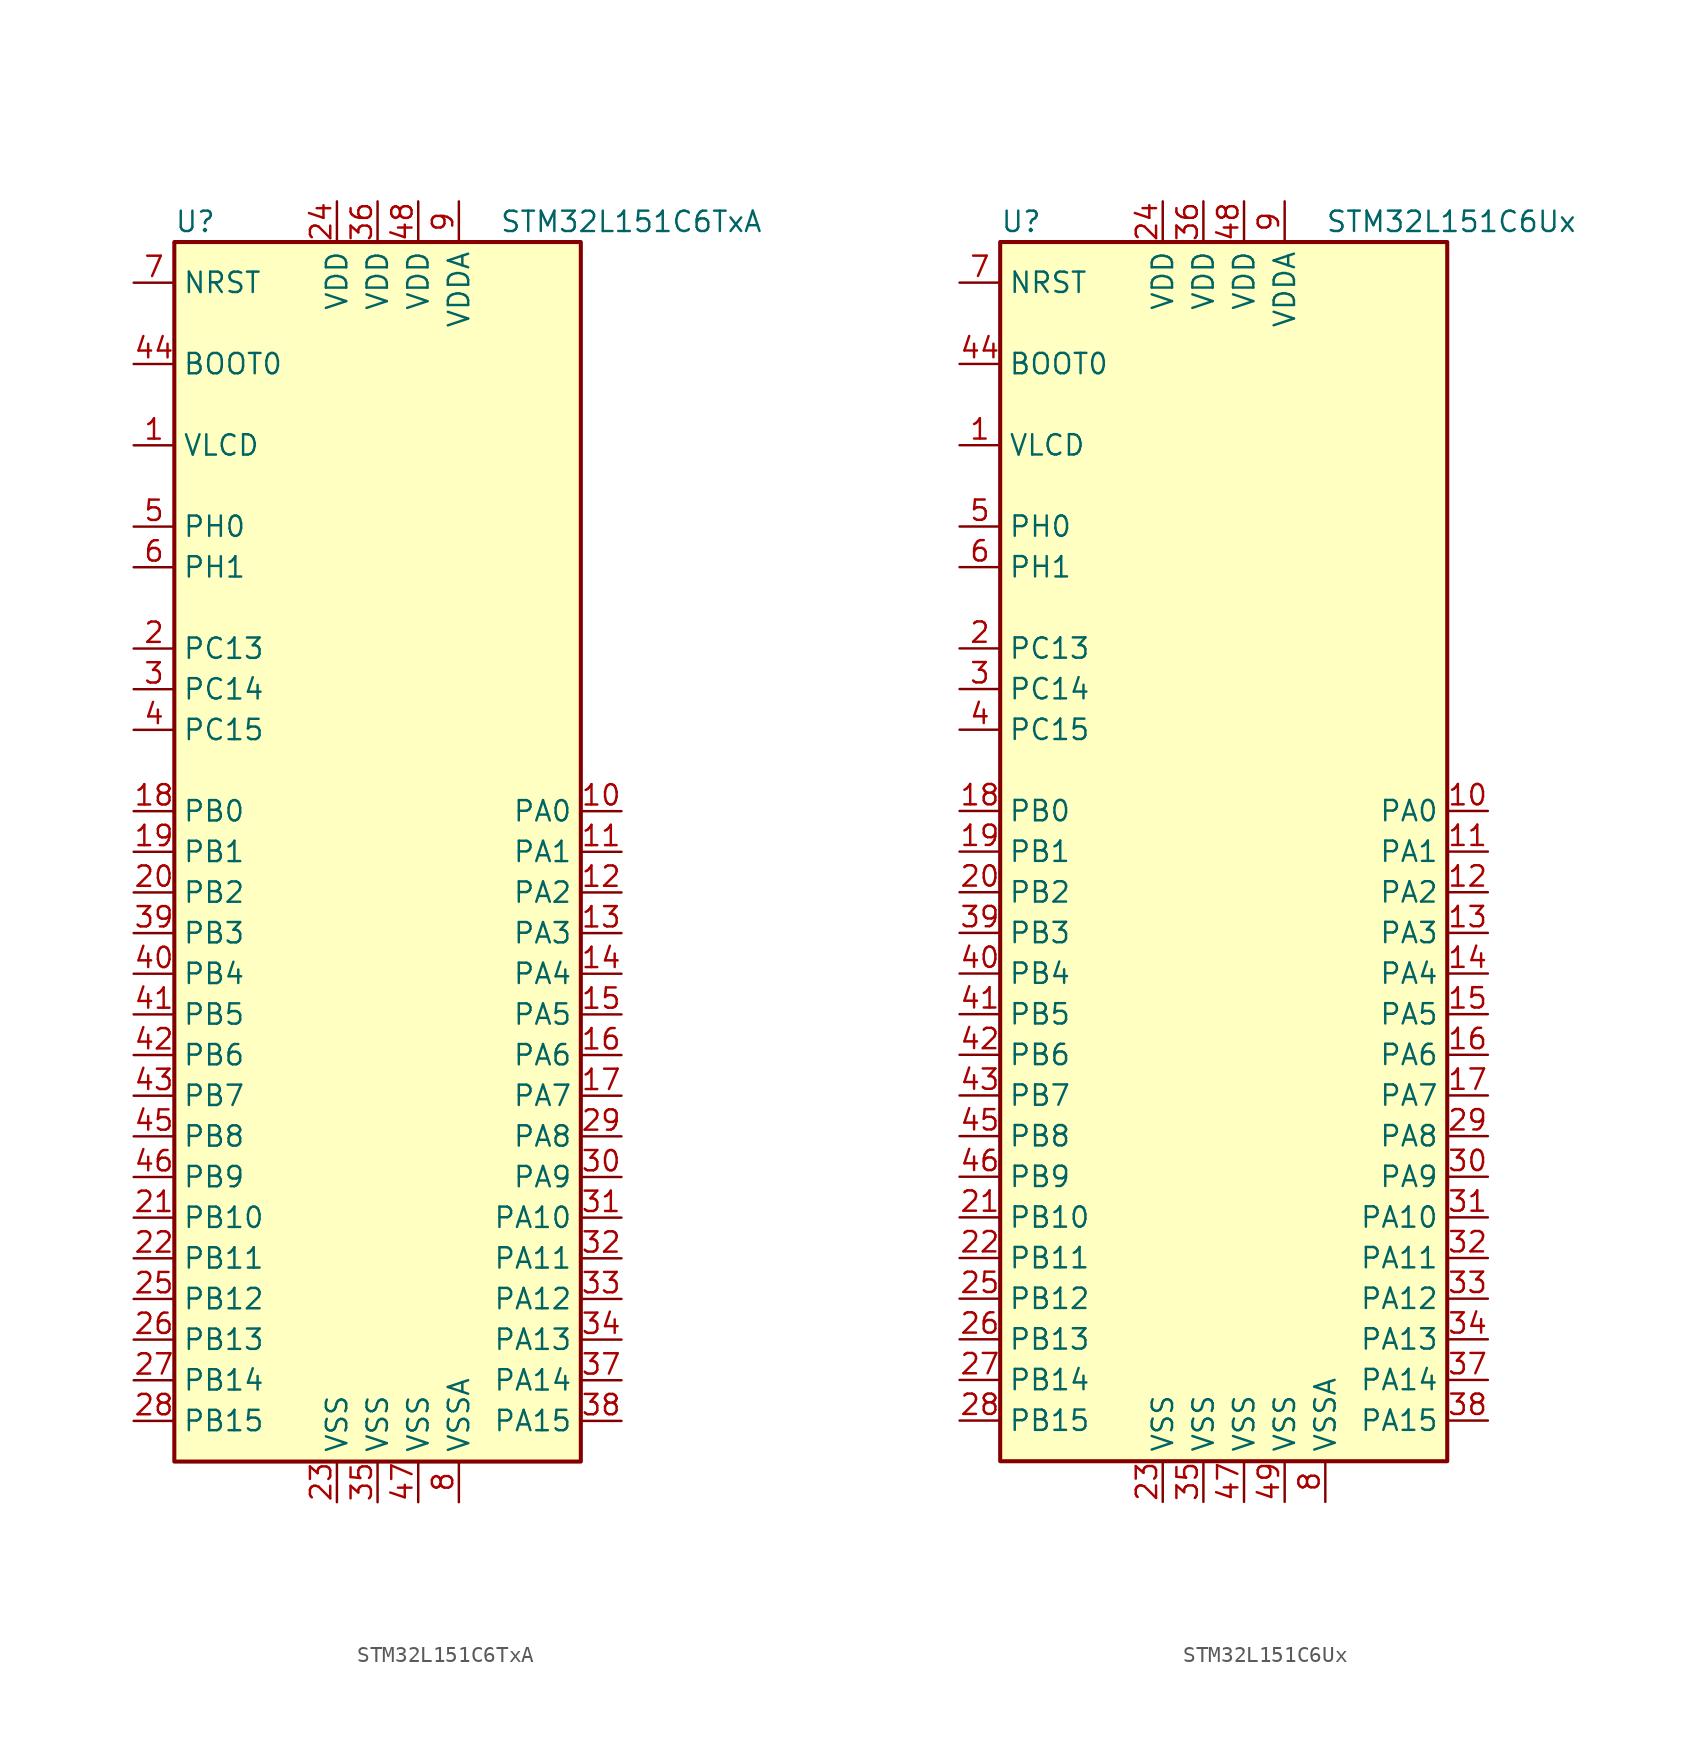
<source format=kicad_sym>
(kicad_symbol_lib
  (version 20201005)
  (generator kicad_symbol_editor)
  (symbol "STM32L151C6TxA"
    (property "Reference" "U"
      (at -12.7 39.37 0)
      (effects (font (size 1.27 1.27)) (justify left)))
    (property "Value" "STM32L151C6TxA"
      (at 7.62 39.37 0)
      (effects (font (size 1.27 1.27)) (justify left)))
    (symbol "STM32L151C6TxA_0_1"
      (rectangle (start -12.7 -38.1) (end 12.7 38.1) (stroke (width 0.254)) (fill (type background))))
    (symbol "STM32L151C6TxA_1_1"
      (pin power_in line (at -15.24 25.4 0) (length 2.54) (name "VLCD" (effects (font (size 1.27 1.27)))) (number "1" (effects (font (size 1.27 1.27)))))
      (pin bidirectional line (at 15.24 2.54 180) (length 2.54) (name "PA0" (effects (font (size 1.27 1.27)))) (number "10" (effects (font (size 1.27 1.27)))))
      (pin bidirectional line (at 15.24 0 180) (length 2.54) (name "PA1" (effects (font (size 1.27 1.27)))) (number "11" (effects (font (size 1.27 1.27)))))
      (pin bidirectional line (at 15.24 -2.54 180) (length 2.54) (name "PA2" (effects (font (size 1.27 1.27)))) (number "12" (effects (font (size 1.27 1.27)))))
      (pin bidirectional line (at 15.24 -5.08 180) (length 2.54) (name "PA3" (effects (font (size 1.27 1.27)))) (number "13" (effects (font (size 1.27 1.27)))))
      (pin bidirectional line (at 15.24 -7.62 180) (length 2.54) (name "PA4" (effects (font (size 1.27 1.27)))) (number "14" (effects (font (size 1.27 1.27)))))
      (pin bidirectional line (at 15.24 -10.16 180) (length 2.54) (name "PA5" (effects (font (size 1.27 1.27)))) (number "15" (effects (font (size 1.27 1.27)))))
      (pin bidirectional line (at 15.24 -12.7 180) (length 2.54) (name "PA6" (effects (font (size 1.27 1.27)))) (number "16" (effects (font (size 1.27 1.27)))))
      (pin bidirectional line (at 15.24 -15.24 180) (length 2.54) (name "PA7" (effects (font (size 1.27 1.27)))) (number "17" (effects (font (size 1.27 1.27)))))
      (pin bidirectional line (at -15.24 2.54 0) (length 2.54) (name "PB0" (effects (font (size 1.27 1.27)))) (number "18" (effects (font (size 1.27 1.27)))))
      (pin bidirectional line (at -15.24 0 0) (length 2.54) (name "PB1" (effects (font (size 1.27 1.27)))) (number "19" (effects (font (size 1.27 1.27)))))
      (pin bidirectional line (at -15.24 12.7 0) (length 2.54) (name "PC13" (effects (font (size 1.27 1.27)))) (number "2" (effects (font (size 1.27 1.27)))))
      (pin bidirectional line (at -15.24 -2.54 0) (length 2.54) (name "PB2" (effects (font (size 1.27 1.27)))) (number "20" (effects (font (size 1.27 1.27)))))
      (pin bidirectional line (at -15.24 -22.86 0) (length 2.54) (name "PB10" (effects (font (size 1.27 1.27)))) (number "21" (effects (font (size 1.27 1.27)))))
      (pin bidirectional line (at -15.24 -25.4 0) (length 2.54) (name "PB11" (effects (font (size 1.27 1.27)))) (number "22" (effects (font (size 1.27 1.27)))))
      (pin power_in line (at -2.54 -40.64 90) (length 2.54) (name "VSS" (effects (font (size 1.27 1.27)))) (number "23" (effects (font (size 1.27 1.27)))))
      (pin power_in line (at -2.54 40.64 270) (length 2.54) (name "VDD" (effects (font (size 1.27 1.27)))) (number "24" (effects (font (size 1.27 1.27)))))
      (pin bidirectional line (at -15.24 -27.94 0) (length 2.54) (name "PB12" (effects (font (size 1.27 1.27)))) (number "25" (effects (font (size 1.27 1.27)))))
      (pin bidirectional line (at -15.24 -30.48 0) (length 2.54) (name "PB13" (effects (font (size 1.27 1.27)))) (number "26" (effects (font (size 1.27 1.27)))))
      (pin bidirectional line (at -15.24 -33.02 0) (length 2.54) (name "PB14" (effects (font (size 1.27 1.27)))) (number "27" (effects (font (size 1.27 1.27)))))
      (pin bidirectional line (at -15.24 -35.56 0) (length 2.54) (name "PB15" (effects (font (size 1.27 1.27)))) (number "28" (effects (font (size 1.27 1.27)))))
      (pin bidirectional line (at 15.24 -17.78 180) (length 2.54) (name "PA8" (effects (font (size 1.27 1.27)))) (number "29" (effects (font (size 1.27 1.27)))))
      (pin bidirectional line (at -15.24 10.16 0) (length 2.54) (name "PC14" (effects (font (size 1.27 1.27)))) (number "3" (effects (font (size 1.27 1.27)))))
      (pin bidirectional line (at 15.24 -20.32 180) (length 2.54) (name "PA9" (effects (font (size 1.27 1.27)))) (number "30" (effects (font (size 1.27 1.27)))))
      (pin bidirectional line (at 15.24 -22.86 180) (length 2.54) (name "PA10" (effects (font (size 1.27 1.27)))) (number "31" (effects (font (size 1.27 1.27)))))
      (pin bidirectional line (at 15.24 -25.4 180) (length 2.54) (name "PA11" (effects (font (size 1.27 1.27)))) (number "32" (effects (font (size 1.27 1.27)))))
      (pin bidirectional line (at 15.24 -27.94 180) (length 2.54) (name "PA12" (effects (font (size 1.27 1.27)))) (number "33" (effects (font (size 1.27 1.27)))))
      (pin bidirectional line (at 15.24 -30.48 180) (length 2.54) (name "PA13" (effects (font (size 1.27 1.27)))) (number "34" (effects (font (size 1.27 1.27)))))
      (pin power_in line (at 0 -40.64 90) (length 2.54) (name "VSS" (effects (font (size 1.27 1.27)))) (number "35" (effects (font (size 1.27 1.27)))))
      (pin power_in line (at 0 40.64 270) (length 2.54) (name "VDD" (effects (font (size 1.27 1.27)))) (number "36" (effects (font (size 1.27 1.27)))))
      (pin bidirectional line (at 15.24 -33.02 180) (length 2.54) (name "PA14" (effects (font (size 1.27 1.27)))) (number "37" (effects (font (size 1.27 1.27)))))
      (pin bidirectional line (at 15.24 -35.56 180) (length 2.54) (name "PA15" (effects (font (size 1.27 1.27)))) (number "38" (effects (font (size 1.27 1.27)))))
      (pin bidirectional line (at -15.24 -5.08 0) (length 2.54) (name "PB3" (effects (font (size 1.27 1.27)))) (number "39" (effects (font (size 1.27 1.27)))))
      (pin bidirectional line (at -15.24 7.62 0) (length 2.54) (name "PC15" (effects (font (size 1.27 1.27)))) (number "4" (effects (font (size 1.27 1.27)))))
      (pin bidirectional line (at -15.24 -7.62 0) (length 2.54) (name "PB4" (effects (font (size 1.27 1.27)))) (number "40" (effects (font (size 1.27 1.27)))))
      (pin bidirectional line (at -15.24 -10.16 0) (length 2.54) (name "PB5" (effects (font (size 1.27 1.27)))) (number "41" (effects (font (size 1.27 1.27)))))
      (pin bidirectional line (at -15.24 -12.7 0) (length 2.54) (name "PB6" (effects (font (size 1.27 1.27)))) (number "42" (effects (font (size 1.27 1.27)))))
      (pin bidirectional line (at -15.24 -15.24 0) (length 2.54) (name "PB7" (effects (font (size 1.27 1.27)))) (number "43" (effects (font (size 1.27 1.27)))))
      (pin input line (at -15.24 30.48 0) (length 2.54) (name "BOOT0" (effects (font (size 1.27 1.27)))) (number "44" (effects (font (size 1.27 1.27)))))
      (pin bidirectional line (at -15.24 -17.78 0) (length 2.54) (name "PB8" (effects (font (size 1.27 1.27)))) (number "45" (effects (font (size 1.27 1.27)))))
      (pin bidirectional line (at -15.24 -20.32 0) (length 2.54) (name "PB9" (effects (font (size 1.27 1.27)))) (number "46" (effects (font (size 1.27 1.27)))))
      (pin power_in line (at 2.54 -40.64 90) (length 2.54) (name "VSS" (effects (font (size 1.27 1.27)))) (number "47" (effects (font (size 1.27 1.27)))))
      (pin power_in line (at 2.54 40.64 270) (length 2.54) (name "VDD" (effects (font (size 1.27 1.27)))) (number "48" (effects (font (size 1.27 1.27)))))
      (pin input line (at -15.24 20.32 0) (length 2.54) (name "PH0" (effects (font (size 1.27 1.27)))) (number "5" (effects (font (size 1.27 1.27)))))
      (pin input line (at -15.24 17.78 0) (length 2.54) (name "PH1" (effects (font (size 1.27 1.27)))) (number "6" (effects (font (size 1.27 1.27)))))
      (pin input line (at -15.24 35.56 0) (length 2.54) (name "NRST" (effects (font (size 1.27 1.27)))) (number "7" (effects (font (size 1.27 1.27)))))
      (pin power_in line (at 5.08 -40.64 90) (length 2.54) (name "VSSA" (effects (font (size 1.27 1.27)))) (number "8" (effects (font (size 1.27 1.27)))))
      (pin power_in line (at 5.08 40.64 270) (length 2.54) (name "VDDA" (effects (font (size 1.27 1.27)))) (number "9" (effects (font (size 1.27 1.27)))))))
  (symbol "STM32L151C6Ux"
    (property "Reference" "U"
      (at -15.24 39.37 0)
      (effects (font (size 1.27 1.27)) (justify left)))
    (property "Value" "STM32L151C6Ux"
      (at 5.08 39.37 0)
      (effects (font (size 1.27 1.27)) (justify left)))
    (symbol "STM32L151C6Ux_0_1"
      (rectangle (start -15.24 -38.1) (end 12.7 38.1) (stroke (width 0.254)) (fill (type background))))
    (symbol "STM32L151C6Ux_1_1"
      (pin power_in line (at -17.78 25.4 0) (length 2.54) (name "VLCD" (effects (font (size 1.27 1.27)))) (number "1" (effects (font (size 1.27 1.27)))))
      (pin bidirectional line (at 15.24 2.54 180) (length 2.54) (name "PA0" (effects (font (size 1.27 1.27)))) (number "10" (effects (font (size 1.27 1.27)))))
      (pin bidirectional line (at 15.24 0 180) (length 2.54) (name "PA1" (effects (font (size 1.27 1.27)))) (number "11" (effects (font (size 1.27 1.27)))))
      (pin bidirectional line (at 15.24 -2.54 180) (length 2.54) (name "PA2" (effects (font (size 1.27 1.27)))) (number "12" (effects (font (size 1.27 1.27)))))
      (pin bidirectional line (at 15.24 -5.08 180) (length 2.54) (name "PA3" (effects (font (size 1.27 1.27)))) (number "13" (effects (font (size 1.27 1.27)))))
      (pin bidirectional line (at 15.24 -7.62 180) (length 2.54) (name "PA4" (effects (font (size 1.27 1.27)))) (number "14" (effects (font (size 1.27 1.27)))))
      (pin bidirectional line (at 15.24 -10.16 180) (length 2.54) (name "PA5" (effects (font (size 1.27 1.27)))) (number "15" (effects (font (size 1.27 1.27)))))
      (pin bidirectional line (at 15.24 -12.7 180) (length 2.54) (name "PA6" (effects (font (size 1.27 1.27)))) (number "16" (effects (font (size 1.27 1.27)))))
      (pin bidirectional line (at 15.24 -15.24 180) (length 2.54) (name "PA7" (effects (font (size 1.27 1.27)))) (number "17" (effects (font (size 1.27 1.27)))))
      (pin bidirectional line (at -17.78 2.54 0) (length 2.54) (name "PB0" (effects (font (size 1.27 1.27)))) (number "18" (effects (font (size 1.27 1.27)))))
      (pin bidirectional line (at -17.78 0 0) (length 2.54) (name "PB1" (effects (font (size 1.27 1.27)))) (number "19" (effects (font (size 1.27 1.27)))))
      (pin bidirectional line (at -17.78 12.7 0) (length 2.54) (name "PC13" (effects (font (size 1.27 1.27)))) (number "2" (effects (font (size 1.27 1.27)))))
      (pin bidirectional line (at -17.78 -2.54 0) (length 2.54) (name "PB2" (effects (font (size 1.27 1.27)))) (number "20" (effects (font (size 1.27 1.27)))))
      (pin bidirectional line (at -17.78 -22.86 0) (length 2.54) (name "PB10" (effects (font (size 1.27 1.27)))) (number "21" (effects (font (size 1.27 1.27)))))
      (pin bidirectional line (at -17.78 -25.4 0) (length 2.54) (name "PB11" (effects (font (size 1.27 1.27)))) (number "22" (effects (font (size 1.27 1.27)))))
      (pin power_in line (at -5.08 -40.64 90) (length 2.54) (name "VSS" (effects (font (size 1.27 1.27)))) (number "23" (effects (font (size 1.27 1.27)))))
      (pin power_in line (at -5.08 40.64 270) (length 2.54) (name "VDD" (effects (font (size 1.27 1.27)))) (number "24" (effects (font (size 1.27 1.27)))))
      (pin bidirectional line (at -17.78 -27.94 0) (length 2.54) (name "PB12" (effects (font (size 1.27 1.27)))) (number "25" (effects (font (size 1.27 1.27)))))
      (pin bidirectional line (at -17.78 -30.48 0) (length 2.54) (name "PB13" (effects (font (size 1.27 1.27)))) (number "26" (effects (font (size 1.27 1.27)))))
      (pin bidirectional line (at -17.78 -33.02 0) (length 2.54) (name "PB14" (effects (font (size 1.27 1.27)))) (number "27" (effects (font (size 1.27 1.27)))))
      (pin bidirectional line (at -17.78 -35.56 0) (length 2.54) (name "PB15" (effects (font (size 1.27 1.27)))) (number "28" (effects (font (size 1.27 1.27)))))
      (pin bidirectional line (at 15.24 -17.78 180) (length 2.54) (name "PA8" (effects (font (size 1.27 1.27)))) (number "29" (effects (font (size 1.27 1.27)))))
      (pin bidirectional line (at -17.78 10.16 0) (length 2.54) (name "PC14" (effects (font (size 1.27 1.27)))) (number "3" (effects (font (size 1.27 1.27)))))
      (pin bidirectional line (at 15.24 -20.32 180) (length 2.54) (name "PA9" (effects (font (size 1.27 1.27)))) (number "30" (effects (font (size 1.27 1.27)))))
      (pin bidirectional line (at 15.24 -22.86 180) (length 2.54) (name "PA10" (effects (font (size 1.27 1.27)))) (number "31" (effects (font (size 1.27 1.27)))))
      (pin bidirectional line (at 15.24 -25.4 180) (length 2.54) (name "PA11" (effects (font (size 1.27 1.27)))) (number "32" (effects (font (size 1.27 1.27)))))
      (pin bidirectional line (at 15.24 -27.94 180) (length 2.54) (name "PA12" (effects (font (size 1.27 1.27)))) (number "33" (effects (font (size 1.27 1.27)))))
      (pin bidirectional line (at 15.24 -30.48 180) (length 2.54) (name "PA13" (effects (font (size 1.27 1.27)))) (number "34" (effects (font (size 1.27 1.27)))))
      (pin power_in line (at -2.54 -40.64 90) (length 2.54) (name "VSS" (effects (font (size 1.27 1.27)))) (number "35" (effects (font (size 1.27 1.27)))))
      (pin power_in line (at -2.54 40.64 270) (length 2.54) (name "VDD" (effects (font (size 1.27 1.27)))) (number "36" (effects (font (size 1.27 1.27)))))
      (pin bidirectional line (at 15.24 -33.02 180) (length 2.54) (name "PA14" (effects (font (size 1.27 1.27)))) (number "37" (effects (font (size 1.27 1.27)))))
      (pin bidirectional line (at 15.24 -35.56 180) (length 2.54) (name "PA15" (effects (font (size 1.27 1.27)))) (number "38" (effects (font (size 1.27 1.27)))))
      (pin bidirectional line (at -17.78 -5.08 0) (length 2.54) (name "PB3" (effects (font (size 1.27 1.27)))) (number "39" (effects (font (size 1.27 1.27)))))
      (pin bidirectional line (at -17.78 7.62 0) (length 2.54) (name "PC15" (effects (font (size 1.27 1.27)))) (number "4" (effects (font (size 1.27 1.27)))))
      (pin bidirectional line (at -17.78 -7.62 0) (length 2.54) (name "PB4" (effects (font (size 1.27 1.27)))) (number "40" (effects (font (size 1.27 1.27)))))
      (pin bidirectional line (at -17.78 -10.16 0) (length 2.54) (name "PB5" (effects (font (size 1.27 1.27)))) (number "41" (effects (font (size 1.27 1.27)))))
      (pin bidirectional line (at -17.78 -12.7 0) (length 2.54) (name "PB6" (effects (font (size 1.27 1.27)))) (number "42" (effects (font (size 1.27 1.27)))))
      (pin bidirectional line (at -17.78 -15.24 0) (length 2.54) (name "PB7" (effects (font (size 1.27 1.27)))) (number "43" (effects (font (size 1.27 1.27)))))
      (pin input line (at -17.78 30.48 0) (length 2.54) (name "BOOT0" (effects (font (size 1.27 1.27)))) (number "44" (effects (font (size 1.27 1.27)))))
      (pin bidirectional line (at -17.78 -17.78 0) (length 2.54) (name "PB8" (effects (font (size 1.27 1.27)))) (number "45" (effects (font (size 1.27 1.27)))))
      (pin bidirectional line (at -17.78 -20.32 0) (length 2.54) (name "PB9" (effects (font (size 1.27 1.27)))) (number "46" (effects (font (size 1.27 1.27)))))
      (pin power_in line (at 0 -40.64 90) (length 2.54) (name "VSS" (effects (font (size 1.27 1.27)))) (number "47" (effects (font (size 1.27 1.27)))))
      (pin power_in line (at 0 40.64 270) (length 2.54) (name "VDD" (effects (font (size 1.27 1.27)))) (number "48" (effects (font (size 1.27 1.27)))))
      (pin power_in line (at 2.54 -40.64 90) (length 2.54) (name "VSS" (effects (font (size 1.27 1.27)))) (number "49" (effects (font (size 1.27 1.27)))))
      (pin input line (at -17.78 20.32 0) (length 2.54) (name "PH0" (effects (font (size 1.27 1.27)))) (number "5" (effects (font (size 1.27 1.27)))))
      (pin input line (at -17.78 17.78 0) (length 2.54) (name "PH1" (effects (font (size 1.27 1.27)))) (number "6" (effects (font (size 1.27 1.27)))))
      (pin input line (at -17.78 35.56 0) (length 2.54) (name "NRST" (effects (font (size 1.27 1.27)))) (number "7" (effects (font (size 1.27 1.27)))))
      (pin power_in line (at 5.08 -40.64 90) (length 2.54) (name "VSSA" (effects (font (size 1.27 1.27)))) (number "8" (effects (font (size 1.27 1.27)))))
      (pin power_in line (at 2.54 40.64 270) (length 2.54) (name "VDDA" (effects (font (size 1.27 1.27)))) (number "9" (effects (font (size 1.27 1.27))))))))
</source>
